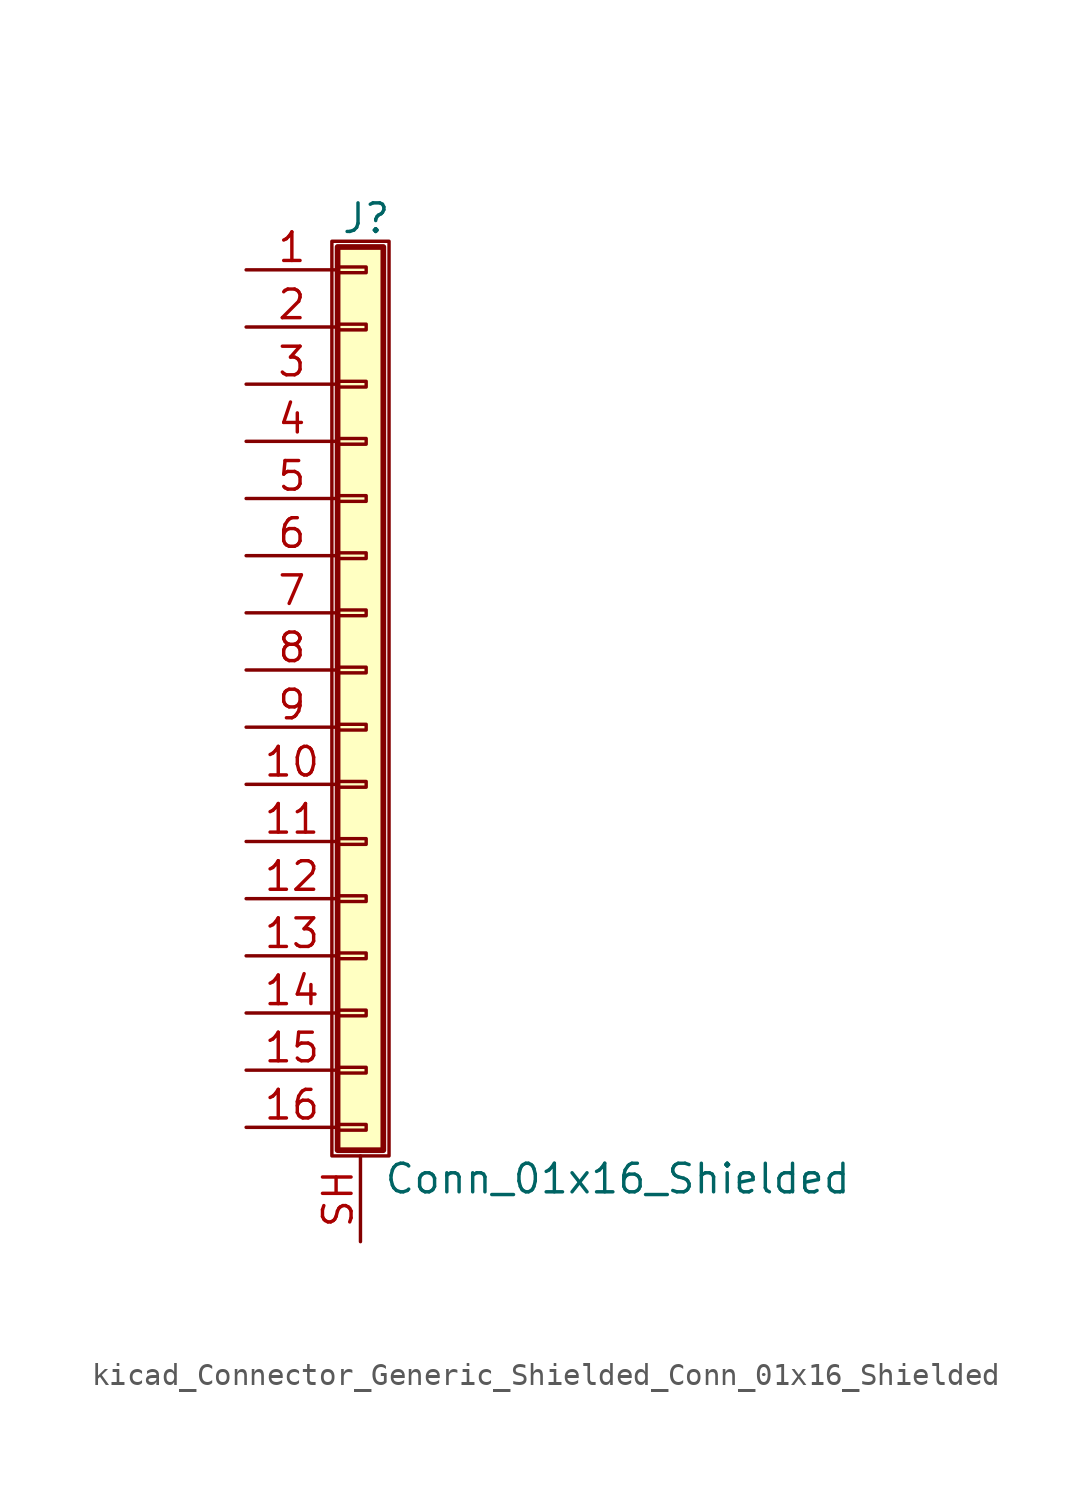
<source format=kicad_sym>
(kicad_symbol_lib
  (version 20220914)
  (generator kicad_symbol_editor)
  (symbol "kicad_Connector_Generic_Shielded_Conn_01x16_Shielded"
    (pin_names
      (offset 1.016) hide)
    (property "Reference" "J"
      (at 0.254 20.066 0)
      (effects (font (size 1.27 1.27))))
    (property "Value" "Conn_01x16_Shielded"
      (at 1.016 -22.606 0)
      (effects (font (size 1.27 1.27)) (justify left)))
    (symbol "kicad_Connector_Generic_Shielded_Conn_01x16_Shielded_1_1"
      (rectangle (start -1.27 19.05) (end 1.27 -21.59) (stroke (width 0.152) (type default)) (fill (type none)))
      (rectangle (start -1.016 -20.193) (end 0.254 -20.447) (stroke (width 0.152) (type default)) (fill (type none)))
      (rectangle (start -1.016 -17.653) (end 0.254 -17.907) (stroke (width 0.152) (type default)) (fill (type none)))
      (rectangle (start -1.016 -15.113) (end 0.254 -15.367) (stroke (width 0.152) (type default)) (fill (type none)))
      (rectangle (start -1.016 -12.573) (end 0.254 -12.827) (stroke (width 0.152) (type default)) (fill (type none)))
      (rectangle (start -1.016 -10.033) (end 0.254 -10.287) (stroke (width 0.152) (type default)) (fill (type none)))
      (rectangle (start -1.016 -7.493) (end 0.254 -7.747) (stroke (width 0.152) (type default)) (fill (type none)))
      (rectangle (start -1.016 -4.953) (end 0.254 -5.207) (stroke (width 0.152) (type default)) (fill (type none)))
      (rectangle (start -1.016 -2.413) (end 0.254 -2.667) (stroke (width 0.152) (type default)) (fill (type none)))
      (rectangle (start -1.016 0.127) (end 0.254 -0.127) (stroke (width 0.152) (type default)) (fill (type none)))
      (rectangle (start -1.016 2.667) (end 0.254 2.413) (stroke (width 0.152) (type default)) (fill (type none)))
      (rectangle (start -1.016 5.207) (end 0.254 4.953) (stroke (width 0.152) (type default)) (fill (type none)))
      (rectangle (start -1.016 7.747) (end 0.254 7.493) (stroke (width 0.152) (type default)) (fill (type none)))
      (rectangle (start -1.016 10.287) (end 0.254 10.033) (stroke (width 0.152) (type default)) (fill (type none)))
      (rectangle (start -1.016 12.827) (end 0.254 12.573) (stroke (width 0.152) (type default)) (fill (type none)))
      (rectangle (start -1.016 15.367) (end 0.254 15.113) (stroke (width 0.152) (type default)) (fill (type none)))
      (rectangle (start -1.016 17.907) (end 0.254 17.653) (stroke (width 0.152) (type default)) (fill (type none)))
      (rectangle (start -1.016 18.796) (end 1.016 -21.336) (stroke (width 0.254) (type default)) (fill (type background)))
      (pin passive line (at -5.08 17.78 0) (length 4.064) (name "Pin_1" (effects (font (size 1.27 1.27)))) (number "1" (effects (font (size 1.27 1.27)))))
      (pin passive line (at -5.08 -5.08 0) (length 4.064) (name "Pin_10" (effects (font (size 1.27 1.27)))) (number "10" (effects (font (size 1.27 1.27)))))
      (pin passive line (at -5.08 -7.62 0) (length 4.064) (name "Pin_11" (effects (font (size 1.27 1.27)))) (number "11" (effects (font (size 1.27 1.27)))))
      (pin passive line (at -5.08 -10.16 0) (length 4.064) (name "Pin_12" (effects (font (size 1.27 1.27)))) (number "12" (effects (font (size 1.27 1.27)))))
      (pin passive line (at -5.08 -12.7 0) (length 4.064) (name "Pin_13" (effects (font (size 1.27 1.27)))) (number "13" (effects (font (size 1.27 1.27)))))
      (pin passive line (at -5.08 -15.24 0) (length 4.064) (name "Pin_14" (effects (font (size 1.27 1.27)))) (number "14" (effects (font (size 1.27 1.27)))))
      (pin passive line (at -5.08 -17.78 0) (length 4.064) (name "Pin_15" (effects (font (size 1.27 1.27)))) (number "15" (effects (font (size 1.27 1.27)))))
      (pin passive line (at -5.08 -20.32 0) (length 4.064) (name "Pin_16" (effects (font (size 1.27 1.27)))) (number "16" (effects (font (size 1.27 1.27)))))
      (pin passive line (at -5.08 15.24 0) (length 4.064) (name "Pin_2" (effects (font (size 1.27 1.27)))) (number "2" (effects (font (size 1.27 1.27)))))
      (pin passive line (at -5.08 12.7 0) (length 4.064) (name "Pin_3" (effects (font (size 1.27 1.27)))) (number "3" (effects (font (size 1.27 1.27)))))
      (pin passive line (at -5.08 10.16 0) (length 4.064) (name "Pin_4" (effects (font (size 1.27 1.27)))) (number "4" (effects (font (size 1.27 1.27)))))
      (pin passive line (at -5.08 7.62 0) (length 4.064) (name "Pin_5" (effects (font (size 1.27 1.27)))) (number "5" (effects (font (size 1.27 1.27)))))
      (pin passive line (at -5.08 5.08 0) (length 4.064) (name "Pin_6" (effects (font (size 1.27 1.27)))) (number "6" (effects (font (size 1.27 1.27)))))
      (pin passive line (at -5.08 2.54 0) (length 4.064) (name "Pin_7" (effects (font (size 1.27 1.27)))) (number "7" (effects (font (size 1.27 1.27)))))
      (pin passive line (at -5.08 0 0) (length 4.064) (name "Pin_8" (effects (font (size 1.27 1.27)))) (number "8" (effects (font (size 1.27 1.27)))))
      (pin passive line (at -5.08 -2.54 0) (length 4.064) (name "Pin_9" (effects (font (size 1.27 1.27)))) (number "9" (effects (font (size 1.27 1.27)))))
      (pin passive line (at 0 -25.4 90) (length 3.81) (name "Shield" (effects (font (size 1.27 1.27)))) (number "SH" (effects (font (size 1.27 1.27))))))))
</source>
